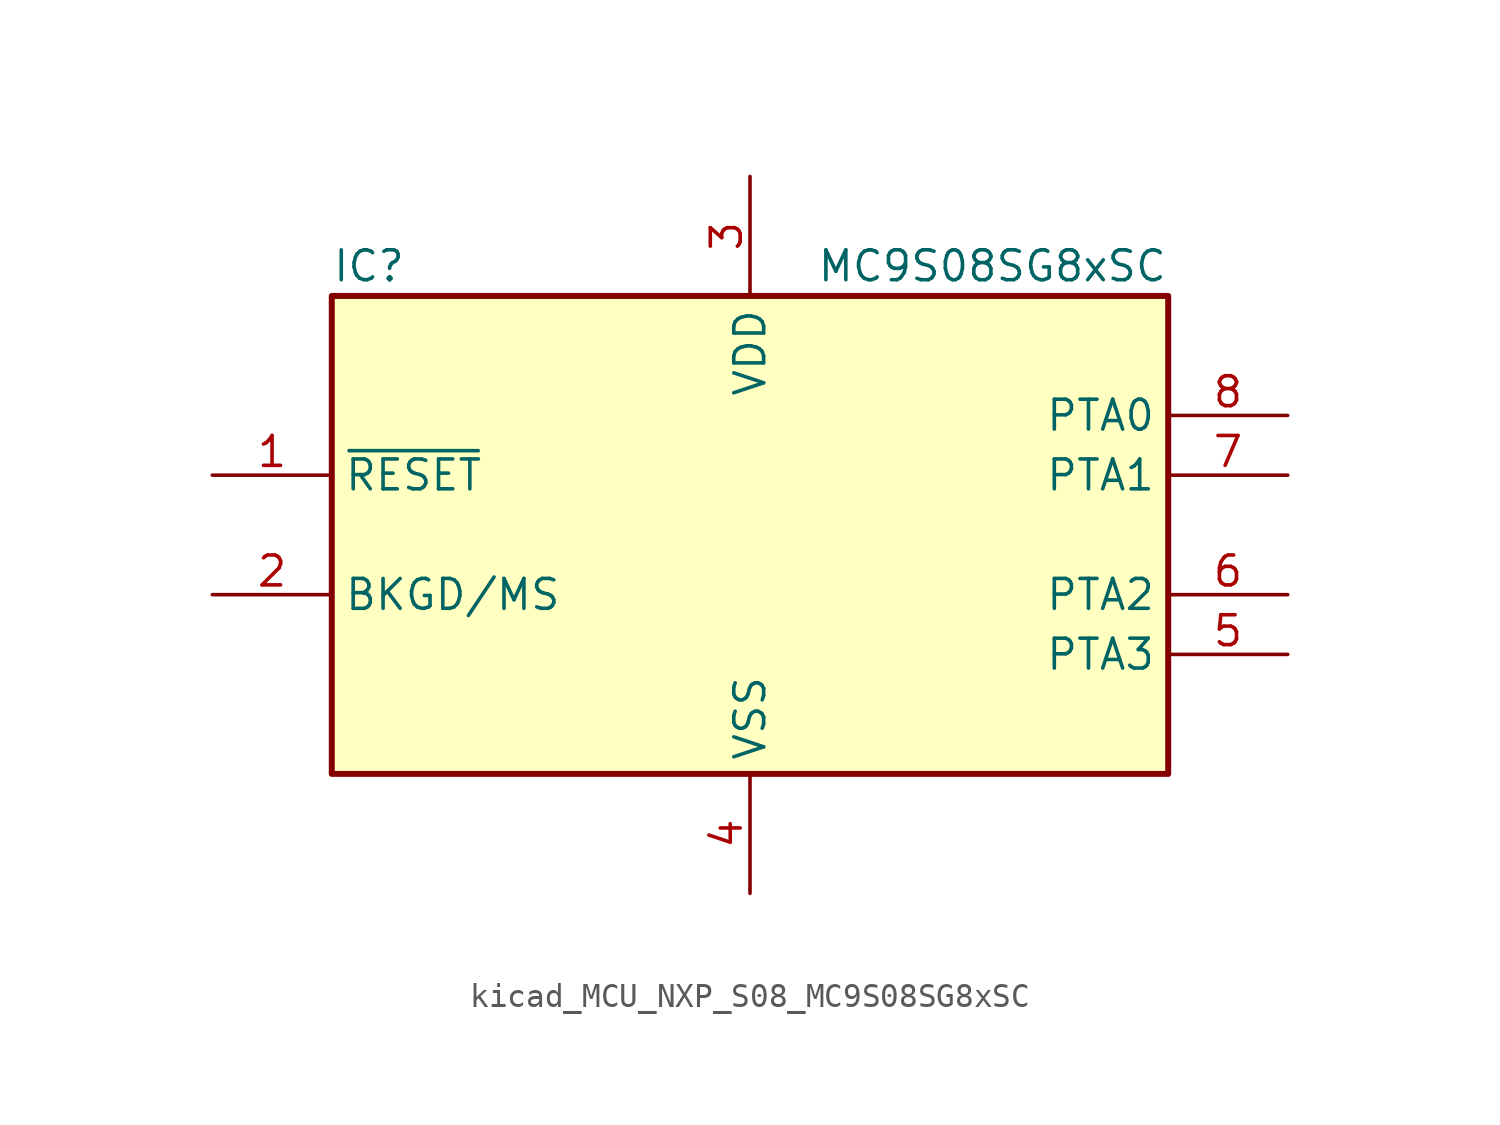
<source format=kicad_sym>
(kicad_symbol_lib
  (version 20220914)
  (generator kicad_symbol_editor)
  (symbol "kicad_MCU_NXP_S08_MC9S08SG8xSC"
    (property "Reference" "IC"
      (at -17.78 11.43 0)
      (effects (font (size 1.27 1.27)) (justify left)))
    (property "Value" "MC9S08SG8xSC"
      (at 17.78 11.43 0)
      (effects (font (size 1.27 1.27)) (justify right)))
    (symbol "kicad_MCU_NXP_S08_MC9S08SG8xSC_0_1"
      (rectangle (start -17.78 10.16) (end 17.78 -10.16) (stroke (width 0.254) (type default)) (fill (type background))))
    (symbol "kicad_MCU_NXP_S08_MC9S08SG8xSC_1_1"
      (pin input line (at -22.86 2.54 0) (length 5.08) (name "~{RESET}" (effects (font (size 1.27 1.27)))) (number "1" (effects (font (size 1.27 1.27)))))
      (pin bidirectional line (at -22.86 -2.54 0) (length 5.08) (name "BKGD/MS" (effects (font (size 1.27 1.27)))) (number "2" (effects (font (size 1.27 1.27)))))
      (pin power_in line (at 0 15.24 270) (length 5.08) (name "VDD" (effects (font (size 1.27 1.27)))) (number "3" (effects (font (size 1.27 1.27)))))
      (pin power_in line (at 0 -15.24 90) (length 5.08) (name "VSS" (effects (font (size 1.27 1.27)))) (number "4" (effects (font (size 1.27 1.27)))))
      (pin bidirectional line (at 22.86 -5.08 180) (length 5.08) (name "PTA3" (effects (font (size 1.27 1.27)))) (number "5" (effects (font (size 1.27 1.27)))))
      (pin bidirectional line (at 22.86 -2.54 180) (length 5.08) (name "PTA2" (effects (font (size 1.27 1.27)))) (number "6" (effects (font (size 1.27 1.27)))))
      (pin bidirectional line (at 22.86 2.54 180) (length 5.08) (name "PTA1" (effects (font (size 1.27 1.27)))) (number "7" (effects (font (size 1.27 1.27)))))
      (pin bidirectional line (at 22.86 5.08 180) (length 5.08) (name "PTA0" (effects (font (size 1.27 1.27)))) (number "8" (effects (font (size 1.27 1.27))))))))
</source>
